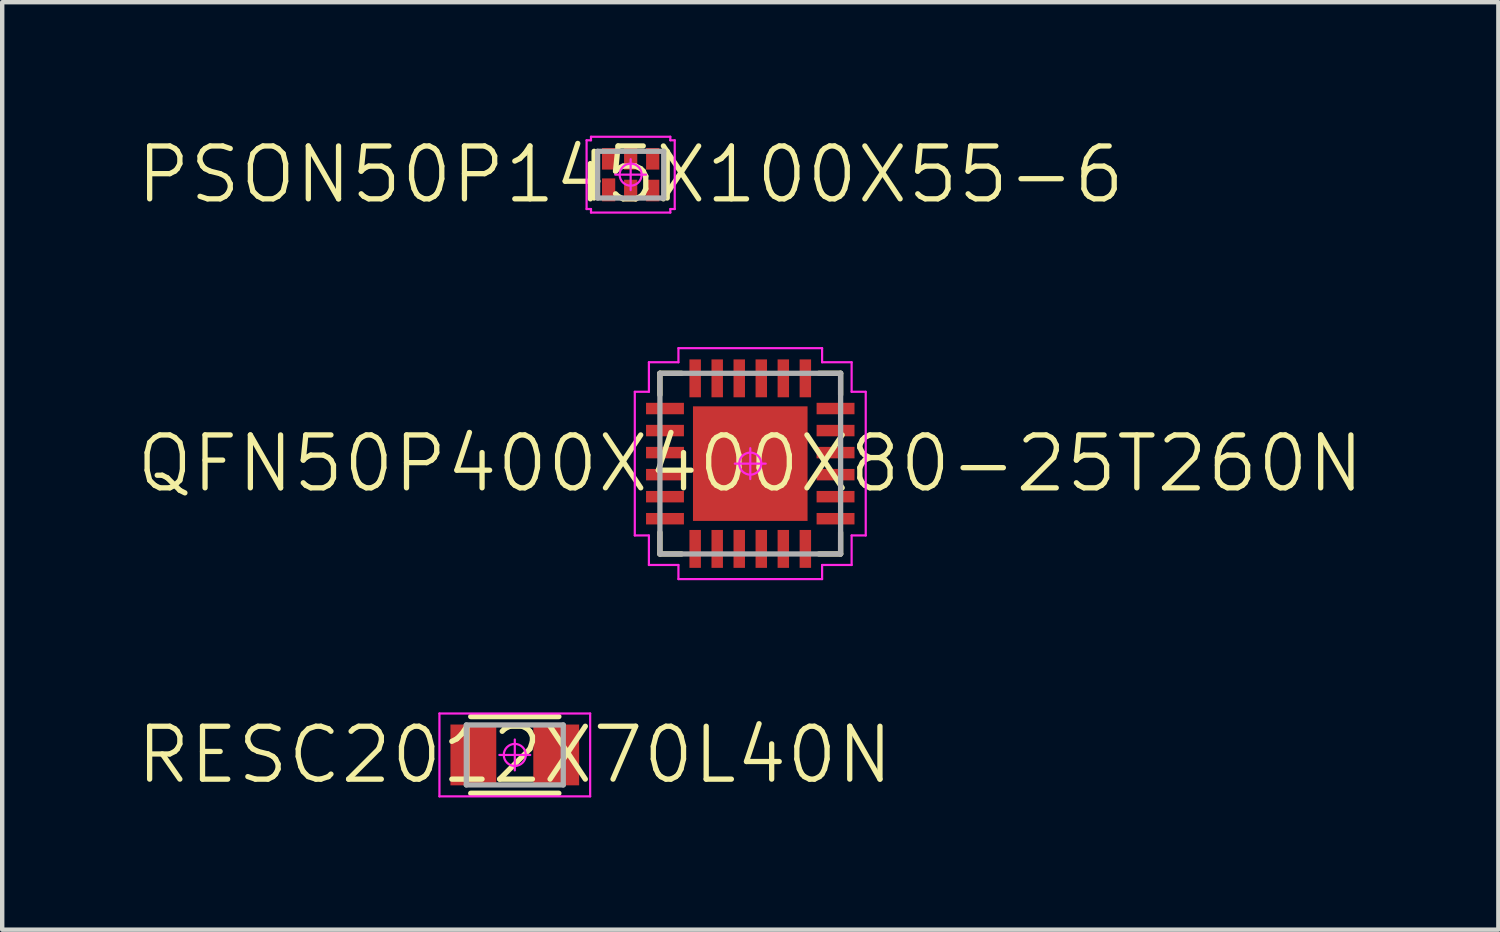
<source format=kicad_pcb>
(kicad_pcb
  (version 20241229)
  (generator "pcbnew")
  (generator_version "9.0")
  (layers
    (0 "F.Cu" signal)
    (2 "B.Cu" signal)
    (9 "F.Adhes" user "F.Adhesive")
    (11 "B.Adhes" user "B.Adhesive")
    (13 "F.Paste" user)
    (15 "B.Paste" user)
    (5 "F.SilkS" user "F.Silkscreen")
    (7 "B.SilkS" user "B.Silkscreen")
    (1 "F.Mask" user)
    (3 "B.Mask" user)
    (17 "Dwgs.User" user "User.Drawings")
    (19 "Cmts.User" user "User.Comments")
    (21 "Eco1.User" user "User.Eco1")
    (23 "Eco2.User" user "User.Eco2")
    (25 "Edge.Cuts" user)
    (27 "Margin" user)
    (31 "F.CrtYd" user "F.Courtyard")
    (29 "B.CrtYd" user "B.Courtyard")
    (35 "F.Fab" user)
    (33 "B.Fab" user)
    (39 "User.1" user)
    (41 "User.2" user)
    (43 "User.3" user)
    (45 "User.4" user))
  (footprint "RESC2012X70L40N"
    (layer "F.Cu")
    (at 8.631 14.08)
    (property "Reference" "RESC2012X70L40N" (at 0 0 0) (layer "F.SilkS") (effects (font (size 1.2 1.2) (thickness 0.12))))
    (attr smd)
    (fp_line (start 1 -0.87) (end -1 -0.87) (stroke (width 0.12) (type solid)) (layer "F.SilkS"))
    (fp_line (start 1 0.87) (end -1 0.87) (stroke (width 0.12) (type solid)) (layer "F.SilkS"))
    (fp_line (start -1.71 -0.94) (end 1.71 -0.94) (stroke (width 0.05) (type solid)) (layer "F.CrtYd"))
    (fp_line (start -1.71 0.94) (end -1.71 -0.94) (stroke (width 0.05) (type solid)) (layer "F.CrtYd"))
    (fp_line (start 0 -0.35) (end 0 0.35) (stroke (width 0.05) (type solid)) (layer "F.CrtYd"))
    (fp_line (start 0.35 0) (end -0.35 0) (stroke (width 0.05) (type solid)) (layer "F.CrtYd"))
    (fp_line (start 1.71 -0.94) (end 1.71 0.94) (stroke (width 0.05) (type solid)) (layer "F.CrtYd"))
    (fp_line (start 1.71 0.94) (end -1.71 0.94) (stroke (width 0.05) (type solid)) (layer "F.CrtYd"))
    (fp_circle (center 0 0) (end 0 0.25) (stroke (width 0.05) (type solid)) (fill no) (layer "F.CrtYd"))
    (fp_line (start -1.1 -0.68) (end 1.1 -0.68) (stroke (width 0.12) (type solid)) (layer "F.Fab"))
    (fp_line (start -1.1 0.68) (end -1.1 -0.68) (stroke (width 0.12) (type solid)) (layer "F.Fab"))
    (fp_line (start 1.1 -0.68) (end 1.1 0.68) (stroke (width 0.12) (type solid)) (layer "F.Fab"))
    (fp_line (start 1.1 0.68) (end -1.1 0.68) (stroke (width 0.12) (type solid)) (layer "F.Fab"))
    (pad "1" smd rect (at -0.94 0) (size 1.04 1.38) (layers "F.Cu" "F.Mask" "F.Paste"))
    (pad "2" smd rect (at 0.94 0) (size 1.04 1.38) (layers "F.Cu" "F.Mask" "F.Paste")))
  (footprint "PSON50P145X100X55-6"
    (layer "F.Cu")
    (at 11.26 0.913)
    (property "Reference" "PSON50P145X100X55-6" (at 0 0 0) (layer "F.SilkS") (effects (font (size 1.2 1.2) (thickness 0.12))))
    (attr smd)
    (fp_line (start -0.83 0.53) (end -0.83 -0.53) (stroke (width 0.12) (type solid)) (layer "F.SilkS"))
    (fp_line (start 0.83 0.53) (end 0.83 -0.53) (stroke (width 0.12) (type solid)) (layer "F.SilkS"))
    (fp_line (start -1 -0.78) (end -1 0.78) (stroke (width 0.05) (type solid)) (layer "F.CrtYd"))
    (fp_line (start -1 0.78) (end -0.9 0.78) (stroke (width 0.05) (type solid)) (layer "F.CrtYd"))
    (fp_line (start -0.9 -0.86) (end -0.9 -0.78) (stroke (width 0.05) (type solid)) (layer "F.CrtYd"))
    (fp_line (start -0.9 -0.78) (end -1 -0.78) (stroke (width 0.05) (type solid)) (layer "F.CrtYd"))
    (fp_line (start -0.9 0.78) (end -0.9 0.86) (stroke (width 0.05) (type solid)) (layer "F.CrtYd"))
    (fp_line (start -0.9 0.86) (end 0.9 0.86) (stroke (width 0.05) (type solid)) (layer "F.CrtYd"))
    (fp_line (start -0.35 0) (end 0.35 0) (stroke (width 0.05) (type solid)) (layer "F.CrtYd"))
    (fp_line (start 0 -0.35) (end 0 0.35) (stroke (width 0.05) (type solid)) (layer "F.CrtYd"))
    (fp_line (start 0.9 -0.86) (end -0.9 -0.86) (stroke (width 0.05) (type solid)) (layer "F.CrtYd"))
    (fp_line (start 0.9 -0.78) (end 0.9 -0.86) (stroke (width 0.05) (type solid)) (layer "F.CrtYd"))
    (fp_line (start 0.9 0.78) (end 1 0.78) (stroke (width 0.05) (type solid)) (layer "F.CrtYd"))
    (fp_line (start 0.9 0.86) (end 0.9 0.78) (stroke (width 0.05) (type solid)) (layer "F.CrtYd"))
    (fp_line (start 1 -0.78) (end 0.9 -0.78) (stroke (width 0.05) (type solid)) (layer "F.CrtYd"))
    (fp_line (start 1 0.78) (end 1 -0.78) (stroke (width 0.05) (type solid)) (layer "F.CrtYd"))
    (fp_circle (center 0 0) (end 0 0.25) (stroke (width 0.05) (type solid)) (fill no) (layer "F.CrtYd"))
    (fp_line (start -0.75 -0.53) (end 0.75 -0.53) (stroke (width 0.12) (type solid)) (layer "F.Fab"))
    (fp_line (start -0.75 0.53) (end -0.75 -0.53) (stroke (width 0.12) (type solid)) (layer "F.Fab"))
    (fp_line (start 0.75 -0.53) (end 0.75 0.53) (stroke (width 0.12) (type solid)) (layer "F.Fab"))
    (fp_line (start 0.75 0.53) (end -0.75 0.53) (stroke (width 0.12) (type solid)) (layer "F.Fab"))
    (pad "1" smd rect (at -0.5 0.345 90) (size 0.52 0.3) (layers "F.Cu" "F.Mask" "F.Paste"))
    (pad "2" smd rect (at 0 0.36 90) (size 0.49 0.3) (layers "F.Cu" "F.Mask" "F.Paste"))
    (pad "3" smd rect (at 0.5 0.36 90) (size 0.49 0.3) (layers "F.Cu" "F.Mask" "F.Paste"))
    (pad "4" smd rect (at 0.5 -0.36 90) (size 0.49 0.3) (layers "F.Cu" "F.Mask" "F.Paste"))
    (pad "5" smd rect (at 0 -0.36 90) (size 0.49 0.3) (layers "F.Cu" "F.Mask" "F.Paste"))
    (pad "6" smd rect (at -0.5 -0.36 90) (size 0.49 0.3) (layers "F.Cu" "F.Mask" "F.Paste")))
  (footprint "QFN50P400X400X80-25T260N"
    (layer "F.Cu")
    (at 13.974 7.47)
    (property "Reference" "QFN50P400X400X80-25T260N" (at 0 0 0) (layer "F.SilkS") (effects (font (size 1.2 1.2) (thickness 0.12))))
    (attr smd)
    (fp_line (start -2.05 -2.05) (end -2.05 -1.56) (stroke (width 0.12) (type solid)) (layer "F.SilkS"))
    (fp_line (start -2.05 2.05) (end -2.05 1.56) (stroke (width 0.12) (type solid)) (layer "F.SilkS"))
    (fp_line (start -1.56 -2.05) (end -2.05 -2.05) (stroke (width 0.12) (type solid)) (layer "F.SilkS"))
    (fp_line (start -1.56 2.05) (end -2.05 2.05) (stroke (width 0.12) (type solid)) (layer "F.SilkS"))
    (fp_line (start 1.56 -2.05) (end 2.05 -2.05) (stroke (width 0.12) (type solid)) (layer "F.SilkS"))
    (fp_line (start 1.56 2.05) (end 2.05 2.05) (stroke (width 0.12) (type solid)) (layer "F.SilkS"))
    (fp_line (start 2.05 -2.05) (end 2.05 -1.56) (stroke (width 0.12) (type solid)) (layer "F.SilkS"))
    (fp_line (start 2.05 2.05) (end 2.05 1.56) (stroke (width 0.12) (type solid)) (layer "F.SilkS"))
    (fp_line (start -2.62 -1.63) (end -2.62 1.63) (stroke (width 0.05) (type solid)) (layer "F.CrtYd"))
    (fp_line (start -2.62 1.63) (end -2.3 1.63) (stroke (width 0.05) (type solid)) (layer "F.CrtYd"))
    (fp_line (start -2.3 -2.3) (end -2.3 -1.63) (stroke (width 0.05) (type solid)) (layer "F.CrtYd"))
    (fp_line (start -2.3 -1.63) (end -2.62 -1.63) (stroke (width 0.05) (type solid)) (layer "F.CrtYd"))
    (fp_line (start -2.3 1.63) (end -2.3 2.3) (stroke (width 0.05) (type solid)) (layer "F.CrtYd"))
    (fp_line (start -2.3 2.3) (end -1.63 2.3) (stroke (width 0.05) (type solid)) (layer "F.CrtYd"))
    (fp_line (start -1.63 -2.62) (end -1.63 -2.3) (stroke (width 0.05) (type solid)) (layer "F.CrtYd"))
    (fp_line (start -1.63 -2.3) (end -2.3 -2.3) (stroke (width 0.05) (type solid)) (layer "F.CrtYd"))
    (fp_line (start -1.63 2.3) (end -1.63 2.62) (stroke (width 0.05) (type solid)) (layer "F.CrtYd"))
    (fp_line (start -1.63 2.62) (end 1.63 2.62) (stroke (width 0.05) (type solid)) (layer "F.CrtYd"))
    (fp_line (start -0.35 0) (end 0.35 0) (stroke (width 0.05) (type solid)) (layer "F.CrtYd"))
    (fp_line (start 0 -0.35) (end 0 0.35) (stroke (width 0.05) (type solid)) (layer "F.CrtYd"))
    (fp_line (start 1.63 -2.62) (end -1.63 -2.62) (stroke (width 0.05) (type solid)) (layer "F.CrtYd"))
    (fp_line (start 1.63 -2.3) (end 1.63 -2.62) (stroke (width 0.05) (type solid)) (layer "F.CrtYd"))
    (fp_line (start 1.63 2.3) (end 2.3 2.3) (stroke (width 0.05) (type solid)) (layer "F.CrtYd"))
    (fp_line (start 1.63 2.62) (end 1.63 2.3) (stroke (width 0.05) (type solid)) (layer "F.CrtYd"))
    (fp_line (start 2.3 -2.3) (end 1.63 -2.3) (stroke (width 0.05) (type solid)) (layer "F.CrtYd"))
    (fp_line (start 2.3 -1.63) (end 2.3 -2.3) (stroke (width 0.05) (type solid)) (layer "F.CrtYd"))
    (fp_line (start 2.3 1.63) (end 2.62 1.63) (stroke (width 0.05) (type solid)) (layer "F.CrtYd"))
    (fp_line (start 2.3 2.3) (end 2.3 1.63) (stroke (width 0.05) (type solid)) (layer "F.CrtYd"))
    (fp_line (start 2.62 -1.63) (end 2.3 -1.63) (stroke (width 0.05) (type solid)) (layer "F.CrtYd"))
    (fp_line (start 2.62 1.63) (end 2.62 -1.63) (stroke (width 0.05) (type solid)) (layer "F.CrtYd"))
    (fp_circle (center 0 0) (end 0 0.25) (stroke (width 0.05) (type solid)) (fill no) (layer "F.CrtYd"))
    (fp_line (start -2.05 -2.05) (end 2.05 -2.05) (stroke (width 0.12) (type solid)) (layer "F.Fab"))
    (fp_line (start -2.05 2.05) (end -2.05 -2.05) (stroke (width 0.12) (type solid)) (layer "F.Fab"))
    (fp_line (start 2.05 -2.05) (end 2.05 2.05) (stroke (width 0.12) (type solid)) (layer "F.Fab"))
    (fp_line (start 2.05 2.05) (end -2.05 2.05) (stroke (width 0.12) (type solid)) (layer "F.Fab"))
    (pad "1" smd rect (at -1.25 1.935 90) (size 0.86 0.26) (layers "F.Cu" "F.Mask" "F.Paste"))
    (pad "2" smd rect (at -0.75 1.935 90) (size 0.86 0.26) (layers "F.Cu" "F.Mask" "F.Paste"))
    (pad "3" smd rect (at -0.25 1.935 90) (size 0.86 0.26) (layers "F.Cu" "F.Mask" "F.Paste"))
    (pad "4" smd rect (at 0.25 1.935 90) (size 0.86 0.26) (layers "F.Cu" "F.Mask" "F.Paste"))
    (pad "5" smd rect (at 0.75 1.935 90) (size 0.86 0.26) (layers "F.Cu" "F.Mask" "F.Paste"))
    (pad "6" smd rect (at 1.25 1.935 90) (size 0.86 0.26) (layers "F.Cu" "F.Mask" "F.Paste"))
    (pad "7" smd rect (at 1.935 1.25) (size 0.86 0.26) (layers "F.Cu" "F.Mask" "F.Paste"))
    (pad "8" smd rect (at 1.935 0.75) (size 0.86 0.26) (layers "F.Cu" "F.Mask" "F.Paste"))
    (pad "9" smd rect (at 1.935 0.25) (size 0.86 0.26) (layers "F.Cu" "F.Mask" "F.Paste"))
    (pad "10" smd rect (at 1.935 -0.25) (size 0.86 0.26) (layers "F.Cu" "F.Mask" "F.Paste"))
    (pad "11" smd rect (at 1.935 -0.75) (size 0.86 0.26) (layers "F.Cu" "F.Mask" "F.Paste"))
    (pad "12" smd rect (at 1.935 -1.25) (size 0.86 0.26) (layers "F.Cu" "F.Mask" "F.Paste"))
    (pad "13" smd rect (at 1.25 -1.935 90) (size 0.86 0.26) (layers "F.Cu" "F.Mask" "F.Paste"))
    (pad "14" smd rect (at 0.75 -1.935 90) (size 0.86 0.26) (layers "F.Cu" "F.Mask" "F.Paste"))
    (pad "15" smd rect (at 0.25 -1.935 90) (size 0.86 0.26) (layers "F.Cu" "F.Mask" "F.Paste"))
    (pad "16" smd rect (at -0.25 -1.935 90) (size 0.86 0.26) (layers "F.Cu" "F.Mask" "F.Paste"))
    (pad "17" smd rect (at -0.75 -1.935 90) (size 0.86 0.26) (layers "F.Cu" "F.Mask" "F.Paste"))
    (pad "18" smd rect (at -1.25 -1.935 90) (size 0.86 0.26) (layers "F.Cu" "F.Mask" "F.Paste"))
    (pad "19" smd rect (at -1.935 -1.25) (size 0.86 0.26) (layers "F.Cu" "F.Mask" "F.Paste"))
    (pad "20" smd rect (at -1.935 -0.75) (size 0.86 0.26) (layers "F.Cu" "F.Mask" "F.Paste"))
    (pad "21" smd rect (at -1.935 -0.25) (size 0.86 0.26) (layers "F.Cu" "F.Mask" "F.Paste"))
    (pad "22" smd rect (at -1.935 0.25) (size 0.86 0.26) (layers "F.Cu" "F.Mask" "F.Paste"))
    (pad "23" smd rect (at -1.935 0.75) (size 0.86 0.26) (layers "F.Cu" "F.Mask" "F.Paste"))
    (pad "24" smd rect (at -1.935 1.25) (size 0.86 0.26) (layers "F.Cu" "F.Mask" "F.Paste"))
    (pad "25" smd rect (at 0 0 90) (size 2.6 2.6) (layers "F.Cu" "F.Mask")))
  (gr_rect
    (start -3 -3)
    (end 30.949 18.045)
    (stroke (width 0.1) (type default))
    (fill no)
    (layer "Edge.Cuts")))
</source>
